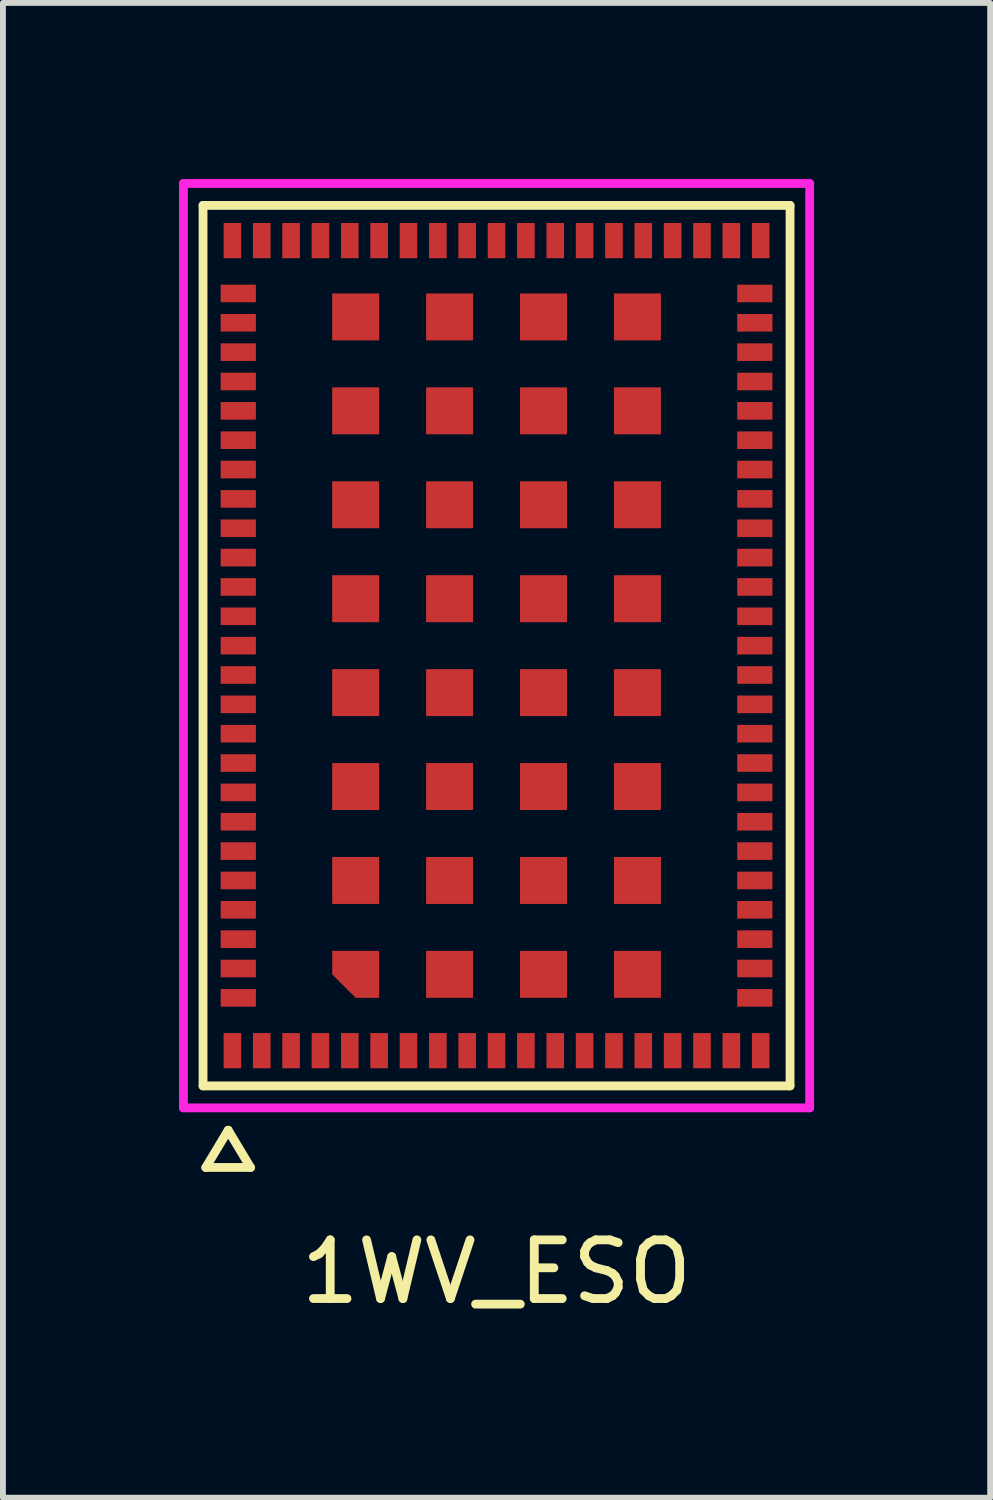
<source format=kicad_pcb>
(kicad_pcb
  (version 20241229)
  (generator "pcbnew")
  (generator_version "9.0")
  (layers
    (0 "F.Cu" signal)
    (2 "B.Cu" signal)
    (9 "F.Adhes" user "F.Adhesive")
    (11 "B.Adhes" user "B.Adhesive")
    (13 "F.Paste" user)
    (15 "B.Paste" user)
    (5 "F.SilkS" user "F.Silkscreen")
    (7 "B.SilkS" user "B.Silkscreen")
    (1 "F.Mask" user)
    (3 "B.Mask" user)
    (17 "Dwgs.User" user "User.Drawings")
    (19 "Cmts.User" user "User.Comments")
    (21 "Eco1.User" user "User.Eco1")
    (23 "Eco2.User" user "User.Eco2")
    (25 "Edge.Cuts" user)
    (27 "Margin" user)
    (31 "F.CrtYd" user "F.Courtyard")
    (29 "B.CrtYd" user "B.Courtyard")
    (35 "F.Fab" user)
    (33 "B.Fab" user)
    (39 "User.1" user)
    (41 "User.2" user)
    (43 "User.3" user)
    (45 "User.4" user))
  (footprint "1WV_ESO"
    (layer "F.Cu")
    (at 5.409 7.949)
    (property "Reference" "1WV_ESO" (at 0 10.668 0) (layer "F.SilkS") (effects (font (size 1 1) (thickness 0.15))))
    (attr through_hole)
    (fp_line (start -5 -7.5) (end -5 7.5) (stroke (width 0.15) (type solid)) (layer "F.SilkS"))
    (fp_line (start -5 7.5) (end 5 7.5) (stroke (width 0.15) (type solid)) (layer "F.SilkS"))
    (fp_line (start -4.953 8.89) (end -4.191 8.89) (stroke (width 0.15) (type solid)) (layer "F.SilkS"))
    (fp_line (start -4.572 8.255) (end -4.953 8.89) (stroke (width 0.15) (type solid)) (layer "F.SilkS"))
    (fp_line (start -4.191 8.89) (end -4.572 8.255) (stroke (width 0.15) (type solid)) (layer "F.SilkS"))
    (fp_line (start 5 -7.5) (end -5 -7.5) (stroke (width 0.15) (type solid)) (layer "F.SilkS"))
    (fp_line (start 5 7.5) (end 5 -7.5) (stroke (width 0.15) (type solid)) (layer "F.SilkS"))
    (fp_line (start -5.334 -7.874) (end 5.334 -7.874) (stroke (width 0.15) (type solid)) (layer "F.CrtYd"))
    (fp_line (start -5.334 7.874) (end -5.334 -7.874) (stroke (width 0.15) (type solid)) (layer "F.CrtYd"))
    (fp_line (start 5.334 -7.874) (end 5.334 7.874) (stroke (width 0.15) (type solid)) (layer "F.CrtYd"))
    (fp_line (start 5.334 7.874) (end -5.334 7.874) (stroke (width 0.15) (type solid)) (layer "F.CrtYd"))
    (pad "1" smd rect (at -4.5 6.9) (size 0.3 0.6) (layers "F.Cu" "F.Mask" "F.Paste"))
    (pad "2" smd rect (at -4 6.9) (size 0.3 0.6) (layers "F.Cu" "F.Mask" "F.Paste"))
    (pad "3" smd rect (at -3.5 6.9) (size 0.3 0.6) (layers "F.Cu" "F.Mask" "F.Paste"))
    (pad "4" smd rect (at -3 6.9) (size 0.3 0.6) (layers "F.Cu" "F.Mask" "F.Paste"))
    (pad "5" smd rect (at -2.5 6.9) (size 0.3 0.6) (layers "F.Cu" "F.Mask" "F.Paste"))
    (pad "6" smd rect (at -2 6.9) (size 0.3 0.6) (layers "F.Cu" "F.Mask" "F.Paste"))
    (pad "7" smd rect (at -1.5 6.9) (size 0.3 0.6) (layers "F.Cu" "F.Mask" "F.Paste"))
    (pad "8" smd rect (at -1 6.9) (size 0.3 0.6) (layers "F.Cu" "F.Mask" "F.Paste"))
    (pad "9" smd rect (at -0.5 6.9) (size 0.3 0.6) (layers "F.Cu" "F.Mask" "F.Paste"))
    (pad "10" smd rect (at 0 6.9) (size 0.3 0.6) (layers "F.Cu" "F.Mask" "F.Paste"))
    (pad "11" smd rect (at 0.5 6.9) (size 0.3 0.6) (layers "F.Cu" "F.Mask" "F.Paste"))
    (pad "12" smd rect (at 1 6.9) (size 0.3 0.6) (layers "F.Cu" "F.Mask" "F.Paste"))
    (pad "13" smd rect (at 1.5 6.9) (size 0.3 0.6) (layers "F.Cu" "F.Mask" "F.Paste"))
    (pad "14" smd rect (at 2 6.9) (size 0.3 0.6) (layers "F.Cu" "F.Mask" "F.Paste"))
    (pad "15" smd rect (at 2.5 6.9) (size 0.3 0.6) (layers "F.Cu" "F.Mask" "F.Paste"))
    (pad "16" smd rect (at 3 6.9) (size 0.3 0.6) (layers "F.Cu" "F.Mask" "F.Paste"))
    (pad "17" smd rect (at 3.5 6.9) (size 0.3 0.6) (layers "F.Cu" "F.Mask" "F.Paste"))
    (pad "18" smd rect (at 4 6.9) (size 0.3 0.6) (layers "F.Cu" "F.Mask" "F.Paste"))
    (pad "19" smd rect (at 4.5 6.9) (size 0.3 0.6) (layers "F.Cu" "F.Mask" "F.Paste"))
    (pad "20" smd rect (at 4.4 6) (size 0.6 0.3) (layers "F.Cu" "F.Mask" "F.Paste"))
    (pad "21" smd rect (at 4.4 5.5) (size 0.6 0.3) (layers "F.Cu" "F.Mask" "F.Paste"))
    (pad "22" smd rect (at 4.4 5) (size 0.6 0.3) (layers "F.Cu" "F.Mask" "F.Paste"))
    (pad "23" smd rect (at 4.4 4.5) (size 0.6 0.3) (layers "F.Cu" "F.Mask" "F.Paste"))
    (pad "24" smd rect (at 4.4 4) (size 0.6 0.3) (layers "F.Cu" "F.Mask" "F.Paste"))
    (pad "25" smd rect (at 4.4 3.5) (size 0.6 0.3) (layers "F.Cu" "F.Mask" "F.Paste"))
    (pad "26" smd rect (at 4.4 3) (size 0.6 0.3) (layers "F.Cu" "F.Mask" "F.Paste"))
    (pad "27" smd rect (at 4.4 2.5) (size 0.6 0.3) (layers "F.Cu" "F.Mask" "F.Paste"))
    (pad "28" smd rect (at 4.4 2) (size 0.6 0.3) (layers "F.Cu" "F.Mask" "F.Paste"))
    (pad "29" smd rect (at 4.4 1.5) (size 0.6 0.3) (layers "F.Cu" "F.Mask" "F.Paste"))
    (pad "30" smd rect (at 4.4 1) (size 0.6 0.3) (layers "F.Cu" "F.Mask" "F.Paste"))
    (pad "31" smd rect (at 4.4 0.5) (size 0.6 0.3) (layers "F.Cu" "F.Mask" "F.Paste"))
    (pad "32" smd rect (at 4.4 0) (size 0.6 0.3) (layers "F.Cu" "F.Mask" "F.Paste"))
    (pad "33" smd rect (at 4.4 -0.5) (size 0.6 0.3) (layers "F.Cu" "F.Mask" "F.Paste"))
    (pad "34" smd rect (at 4.4 -1) (size 0.6 0.3) (layers "F.Cu" "F.Mask" "F.Paste"))
    (pad "35" smd rect (at 4.4 -1.5) (size 0.6 0.3) (layers "F.Cu" "F.Mask" "F.Paste"))
    (pad "36" smd rect (at 4.4 -2) (size 0.6 0.3) (layers "F.Cu" "F.Mask" "F.Paste"))
    (pad "37" smd rect (at 4.4 -2.5) (size 0.6 0.3) (layers "F.Cu" "F.Mask" "F.Paste"))
    (pad "38" smd rect (at 4.4 -3) (size 0.6 0.3) (layers "F.Cu" "F.Mask" "F.Paste"))
    (pad "39" smd rect (at 4.4 -3.5) (size 0.6 0.3) (layers "F.Cu" "F.Mask" "F.Paste"))
    (pad "40" smd rect (at 4.4 -4) (size 0.6 0.3) (layers "F.Cu" "F.Mask" "F.Paste"))
    (pad "41" smd rect (at 4.4 -4.5) (size 0.6 0.3) (layers "F.Cu" "F.Mask" "F.Paste"))
    (pad "42" smd rect (at 4.4 -5) (size 0.6 0.3) (layers "F.Cu" "F.Mask" "F.Paste"))
    (pad "43" smd rect (at 4.4 -5.5) (size 0.6 0.3) (layers "F.Cu" "F.Mask" "F.Paste"))
    (pad "44" smd rect (at 4.4 -6) (size 0.6 0.3) (layers "F.Cu" "F.Mask" "F.Paste"))
    (pad "45" smd rect (at 4.5 -6.9) (size 0.3 0.6) (layers "F.Cu" "F.Mask" "F.Paste"))
    (pad "46" smd rect (at 4 -6.9) (size 0.3 0.6) (layers "F.Cu" "F.Mask" "F.Paste"))
    (pad "47" smd rect (at 3.5 -6.9) (size 0.3 0.6) (layers "F.Cu" "F.Mask" "F.Paste"))
    (pad "48" smd rect (at 3 -6.9) (size 0.3 0.6) (layers "F.Cu" "F.Mask" "F.Paste"))
    (pad "49" smd rect (at 2.5 -6.9) (size 0.3 0.6) (layers "F.Cu" "F.Mask" "F.Paste"))
    (pad "50" smd rect (at 2 -6.9) (size 0.3 0.6) (layers "F.Cu" "F.Mask" "F.Paste"))
    (pad "51" smd rect (at 1.5 -6.9) (size 0.3 0.6) (layers "F.Cu" "F.Mask" "F.Paste"))
    (pad "52" smd rect (at 1 -6.9) (size 0.3 0.6) (layers "F.Cu" "F.Mask" "F.Paste"))
    (pad "53" smd rect (at 0.5 -6.9) (size 0.3 0.6) (layers "F.Cu" "F.Mask" "F.Paste"))
    (pad "54" smd rect (at 0 -6.9) (size 0.3 0.6) (layers "F.Cu" "F.Mask" "F.Paste"))
    (pad "55" smd rect (at -0.5 -6.9) (size 0.3 0.6) (layers "F.Cu" "F.Mask" "F.Paste"))
    (pad "56" smd rect (at -1 -6.9) (size 0.3 0.6) (layers "F.Cu" "F.Mask" "F.Paste"))
    (pad "57" smd rect (at -1.5 -6.9) (size 0.3 0.6) (layers "F.Cu" "F.Mask" "F.Paste"))
    (pad "58" smd rect (at -2 -6.9) (size 0.3 0.6) (layers "F.Cu" "F.Mask" "F.Paste"))
    (pad "59" smd rect (at -2.5 -6.9) (size 0.3 0.6) (layers "F.Cu" "F.Mask" "F.Paste"))
    (pad "60" smd rect (at -3 -6.9) (size 0.3 0.6) (layers "F.Cu" "F.Mask" "F.Paste"))
    (pad "61" smd rect (at -3.5 -6.9) (size 0.3 0.6) (layers "F.Cu" "F.Mask" "F.Paste"))
    (pad "62" smd rect (at -4 -6.9) (size 0.3 0.6) (layers "F.Cu" "F.Mask" "F.Paste"))
    (pad "63" smd rect (at -4.5 -6.9) (size 0.3 0.6) (layers "F.Cu" "F.Mask" "F.Paste"))
    (pad "64" smd rect (at -4.4 -6) (size 0.6 0.3) (layers "F.Cu" "F.Mask" "F.Paste"))
    (pad "65" smd rect (at -4.4 -5.5) (size 0.6 0.3) (layers "F.Cu" "F.Mask" "F.Paste"))
    (pad "66" smd rect (at -4.4 -5) (size 0.6 0.3) (layers "F.Cu" "F.Mask" "F.Paste"))
    (pad "67" smd rect (at -4.4 -4.5) (size 0.6 0.3) (layers "F.Cu" "F.Mask" "F.Paste"))
    (pad "68" smd rect (at -4.4 -4) (size 0.6 0.3) (layers "F.Cu" "F.Mask" "F.Paste"))
    (pad "69" smd rect (at -4.4 -3.5) (size 0.6 0.3) (layers "F.Cu" "F.Mask" "F.Paste"))
    (pad "70" smd rect (at -4.4 -3) (size 0.6 0.3) (layers "F.Cu" "F.Mask" "F.Paste"))
    (pad "71" smd rect (at -4.4 -2.5) (size 0.6 0.3) (layers "F.Cu" "F.Mask" "F.Paste"))
    (pad "72" smd rect (at -4.4 -2) (size 0.6 0.3) (layers "F.Cu" "F.Mask" "F.Paste"))
    (pad "73" smd rect (at -4.4 -1.5) (size 0.6 0.3) (layers "F.Cu" "F.Mask" "F.Paste"))
    (pad "74" smd rect (at -4.4 -1) (size 0.6 0.3) (layers "F.Cu" "F.Mask" "F.Paste"))
    (pad "75" smd rect (at -4.4 -0.5) (size 0.6 0.3) (layers "F.Cu" "F.Mask" "F.Paste"))
    (pad "76" smd rect (at -4.4 0) (size 0.6 0.3) (layers "F.Cu" "F.Mask" "F.Paste"))
    (pad "77" smd rect (at -4.4 0.5) (size 0.6 0.3) (layers "F.Cu" "F.Mask" "F.Paste"))
    (pad "78" smd rect (at -4.4 1) (size 0.6 0.3) (layers "F.Cu" "F.Mask" "F.Paste"))
    (pad "79" smd rect (at -4.4 1.5) (size 0.6 0.3) (layers "F.Cu" "F.Mask" "F.Paste"))
    (pad "80" smd rect (at -4.4 2) (size 0.6 0.3) (layers "F.Cu" "F.Mask" "F.Paste"))
    (pad "81" smd rect (at -4.4 2.5) (size 0.6 0.3) (layers "F.Cu" "F.Mask" "F.Paste"))
    (pad "82" smd rect (at -4.4 3) (size 0.6 0.3) (layers "F.Cu" "F.Mask" "F.Paste"))
    (pad "83" smd rect (at -4.4 3.5) (size 0.6 0.3) (layers "F.Cu" "F.Mask" "F.Paste"))
    (pad "84" smd rect (at -4.4 4) (size 0.6 0.3) (layers "F.Cu" "F.Mask" "F.Paste"))
    (pad "85" smd rect (at -4.4 4.5) (size 0.6 0.3) (layers "F.Cu" "F.Mask" "F.Paste"))
    (pad "86" smd rect (at -4.4 5) (size 0.6 0.3) (layers "F.Cu" "F.Mask" "F.Paste"))
    (pad "87" smd rect (at -4.4 5.5) (size 0.6 0.3) (layers "F.Cu" "F.Mask" "F.Paste"))
    (pad "88" smd rect (at -4.4 6) (size 0.6 0.3) (layers "F.Cu" "F.Mask" "F.Paste"))
    (pad "89" smd custom (at -2.4 5.6) (size 0.4 0.4) (layers "F.Cu" "F.Mask" "F.Paste") (options (anchor rect)) (primitives (gr_poly (pts (xy -0.4 -0.4) (xy 0.4 -0.4) (xy 0.4 0.4) (xy 0 0.4) (xy -0.4 0)) (width 0) (fill yes))))
    (pad "90" smd rect (at -0.8 5.6) (size 0.8 0.8) (layers "F.Cu" "F.Mask" "F.Paste"))
    (pad "91" smd rect (at 0.8 5.6) (size 0.8 0.8) (layers "F.Cu" "F.Mask" "F.Paste"))
    (pad "92" smd rect (at 2.4 5.6) (size 0.8 0.8) (layers "F.Cu" "F.Mask" "F.Paste"))
    (pad "93" smd rect (at 2.4 4) (size 0.8 0.8) (layers "F.Cu" "F.Mask" "F.Paste"))
    (pad "94" smd rect (at 2.4 2.4) (size 0.8 0.8) (layers "F.Cu" "F.Mask" "F.Paste"))
    (pad "95" smd rect (at 2.4 0.8) (size 0.8 0.8) (layers "F.Cu" "F.Mask" "F.Paste"))
    (pad "96" smd rect (at 2.4 -0.8) (size 0.8 0.8) (layers "F.Cu" "F.Mask" "F.Paste"))
    (pad "97" smd rect (at 2.4 -2.4) (size 0.8 0.8) (layers "F.Cu" "F.Mask" "F.Paste"))
    (pad "98" smd rect (at 2.4 -4) (size 0.8 0.8) (layers "F.Cu" "F.Mask" "F.Paste"))
    (pad "99" smd rect (at 2.4 -5.6) (size 0.8 0.8) (layers "F.Cu" "F.Mask" "F.Paste"))
    (pad "100" smd rect (at 0.8 -5.6) (size 0.8 0.8) (layers "F.Cu" "F.Mask" "F.Paste"))
    (pad "101" smd rect (at -0.8 -5.6) (size 0.8 0.8) (layers "F.Cu" "F.Mask" "F.Paste"))
    (pad "102" smd rect (at -2.4 -5.6) (size 0.8 0.8) (layers "F.Cu" "F.Mask" "F.Paste"))
    (pad "103" smd rect (at -2.4 -4) (size 0.8 0.8) (layers "F.Cu" "F.Mask" "F.Paste"))
    (pad "104" smd rect (at -2.4 -2.4) (size 0.8 0.8) (layers "F.Cu" "F.Mask" "F.Paste"))
    (pad "105" smd rect (at -2.4 -0.8) (size 0.8 0.8) (layers "F.Cu" "F.Mask" "F.Paste"))
    (pad "106" smd rect (at -2.4 0.8) (size 0.8 0.8) (layers "F.Cu" "F.Mask" "F.Paste"))
    (pad "107" smd rect (at -2.4 2.4) (size 0.8 0.8) (layers "F.Cu" "F.Mask" "F.Paste"))
    (pad "108" smd rect (at -2.4 4) (size 0.8 0.8) (layers "F.Cu" "F.Mask" "F.Paste"))
    (pad "109" smd rect (at -0.8 4) (size 0.8 0.8) (layers "F.Cu" "F.Mask" "F.Paste"))
    (pad "110" smd rect (at 0.8 4) (size 0.8 0.8) (layers "F.Cu" "F.Mask" "F.Paste"))
    (pad "111" smd rect (at 0.8 2.4) (size 0.8 0.8) (layers "F.Cu" "F.Mask" "F.Paste"))
    (pad "112" smd rect (at 0.8 0.8) (size 0.8 0.8) (layers "F.Cu" "F.Mask" "F.Paste"))
    (pad "113" smd rect (at 0.8 -0.8) (size 0.8 0.8) (layers "F.Cu" "F.Mask" "F.Paste"))
    (pad "114" smd rect (at 0.8 -2.4) (size 0.8 0.8) (layers "F.Cu" "F.Mask" "F.Paste"))
    (pad "115" smd rect (at 0.8 -4) (size 0.8 0.8) (layers "F.Cu" "F.Mask" "F.Paste"))
    (pad "116" smd rect (at -0.8 -4) (size 0.8 0.8) (layers "F.Cu" "F.Mask" "F.Paste"))
    (pad "117" smd rect (at -0.8 -2.4) (size 0.8 0.8) (layers "F.Cu" "F.Mask" "F.Paste"))
    (pad "118" smd rect (at -0.8 -0.8) (size 0.8 0.8) (layers "F.Cu" "F.Mask" "F.Paste"))
    (pad "119" smd rect (at -0.8 0.8) (size 0.8 0.8) (layers "F.Cu" "F.Mask" "F.Paste"))
    (pad "120" smd rect (at -0.8 2.4) (size 0.8 0.8) (layers "F.Cu" "F.Mask" "F.Paste")))
  (gr_rect
    (start -3 -3)
    (end 13.818 22.465)
    (stroke (width 0.1) (type default))
    (fill no)
    (layer "Edge.Cuts")))
</source>
